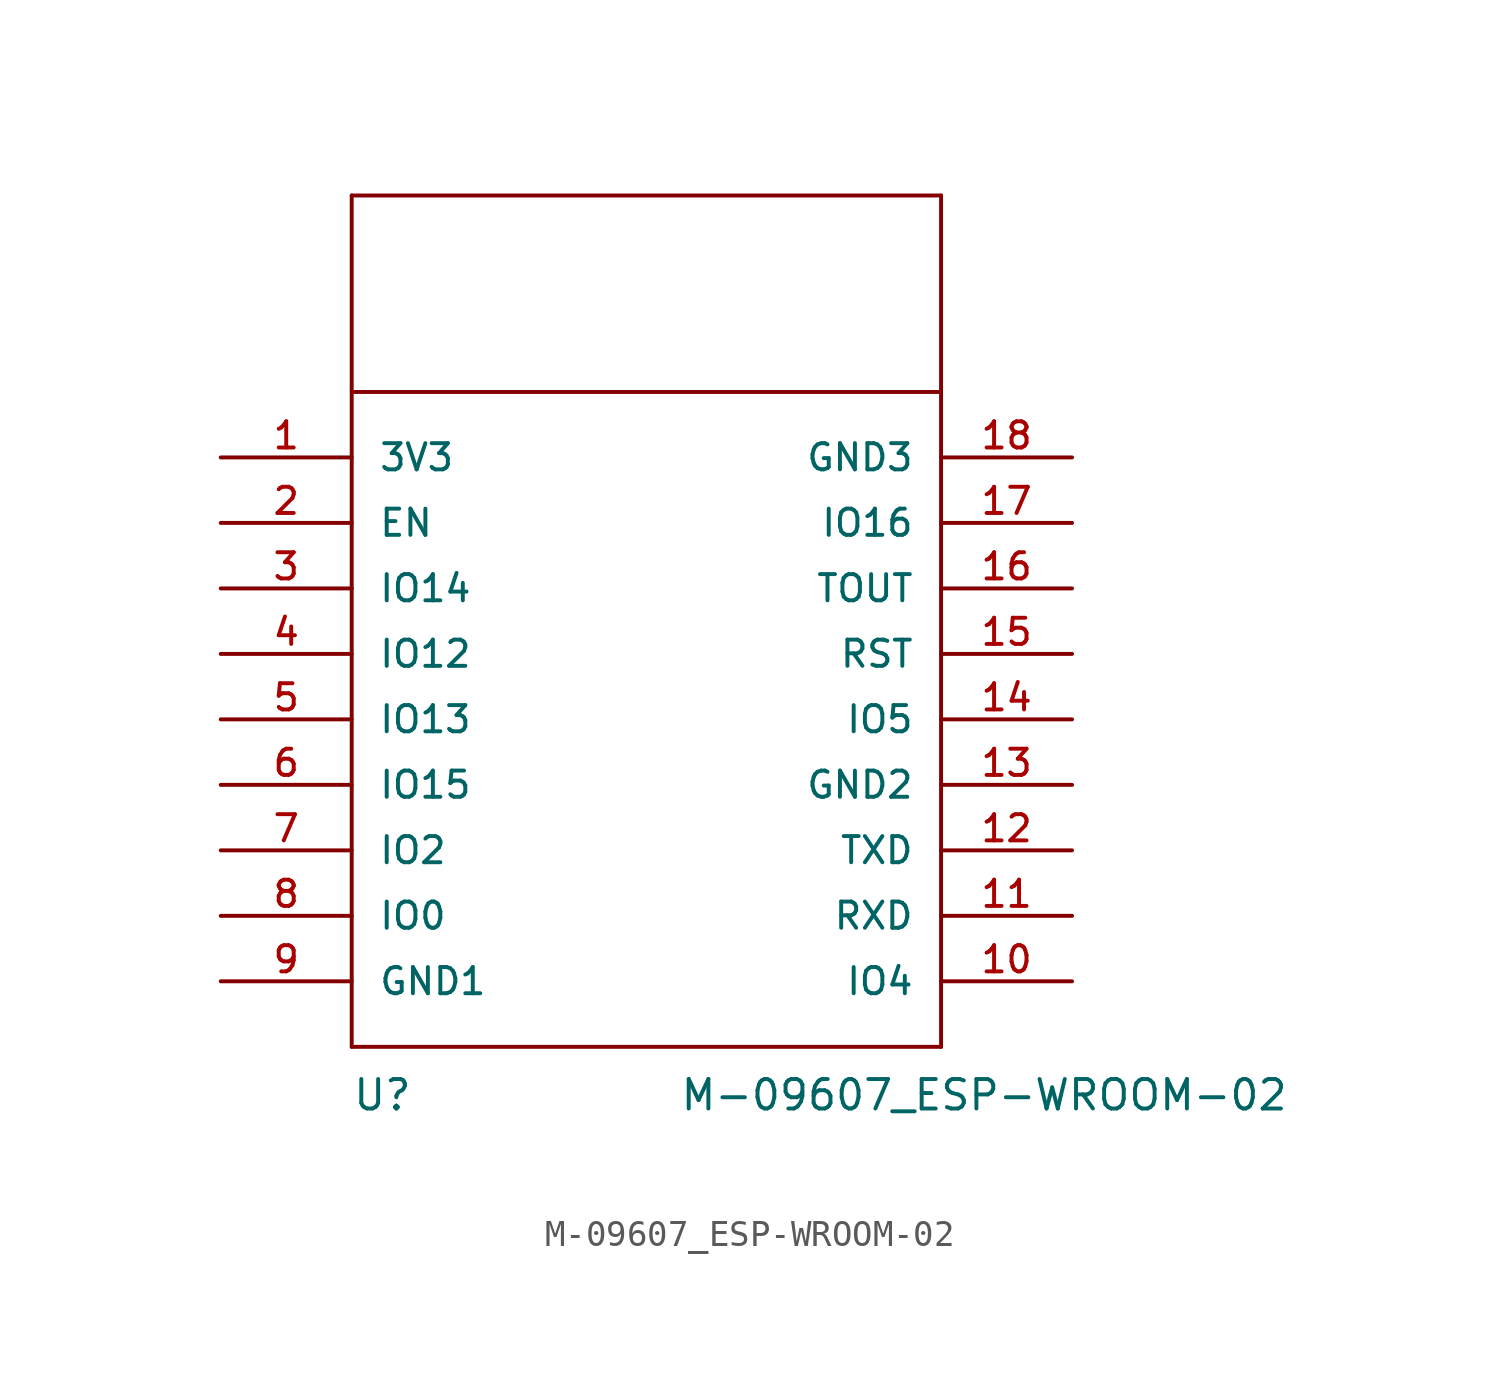
<source format=kicad_sym>
(kicad_symbol_lib
  (version 20211014)
  (generator kicad_symbol_editor)
  (symbol "M-09607_ESP-WROOM-02"
    (pin_names
      (offset 1.016))
    (property "Reference" "U"
      (at -12.7 -5.08 0)
      (effects (font (size 1.143 1.143)) (justify left bottom)))
    (property "Value" "M-09607_ESP-WROOM-02"
      (at 0 -5.08 0)
      (effects (font (size 1.143 1.143)) (justify left bottom)))
    (property "ki_locked" ""
      (at 0 0 0)
      (effects (font (size 1.27 1.27))))
    (symbol "M-09607_ESP-WROOM-02_1_0"
      (polyline (pts (xy -12.7 -2.54) (xy -12.7 30.48)) (stroke (width 0) (type default) (color 0 0 0 0)) (fill (type none)))
      (polyline (pts (xy -12.7 22.86) (xy 10.16 22.86)) (stroke (width 0) (type default) (color 0 0 0 0)) (fill (type none)))
      (polyline (pts (xy -12.7 30.48) (xy 10.16 30.48)) (stroke (width 0) (type default) (color 0 0 0 0)) (fill (type none)))
      (polyline (pts (xy 10.16 -2.54) (xy -12.7 -2.54)) (stroke (width 0) (type default) (color 0 0 0 0)) (fill (type none)))
      (polyline (pts (xy 10.16 22.86) (xy 10.16 -2.54)) (stroke (width 0) (type default) (color 0 0 0 0)) (fill (type none)))
      (polyline (pts (xy 10.16 30.48) (xy 10.16 22.86)) (stroke (width 0) (type default) (color 0 0 0 0)) (fill (type none))))
    (symbol "M-09607_ESP-WROOM-02_1_1"
      (pin bidirectional line (at -17.78 20.32 0) (length 5.08) (name "3V3" (effects (font (size 1.016 1.016)))) (number "1" (effects (font (size 1.016 1.016)))))
      (pin bidirectional line (at 15.24 0 180) (length 5.08) (name "IO4" (effects (font (size 1.016 1.016)))) (number "10" (effects (font (size 1.016 1.016)))))
      (pin bidirectional line (at 15.24 2.54 180) (length 5.08) (name "RXD" (effects (font (size 1.016 1.016)))) (number "11" (effects (font (size 1.016 1.016)))))
      (pin bidirectional line (at 15.24 5.08 180) (length 5.08) (name "TXD" (effects (font (size 1.016 1.016)))) (number "12" (effects (font (size 1.016 1.016)))))
      (pin bidirectional line (at 15.24 7.62 180) (length 5.08) (name "GND2" (effects (font (size 1.016 1.016)))) (number "13" (effects (font (size 1.016 1.016)))))
      (pin bidirectional line (at 15.24 10.16 180) (length 5.08) (name "IO5" (effects (font (size 1.016 1.016)))) (number "14" (effects (font (size 1.016 1.016)))))
      (pin bidirectional line (at 15.24 12.7 180) (length 5.08) (name "RST" (effects (font (size 1.016 1.016)))) (number "15" (effects (font (size 1.016 1.016)))))
      (pin bidirectional line (at 15.24 15.24 180) (length 5.08) (name "TOUT" (effects (font (size 1.016 1.016)))) (number "16" (effects (font (size 1.016 1.016)))))
      (pin bidirectional line (at 15.24 17.78 180) (length 5.08) (name "IO16" (effects (font (size 1.016 1.016)))) (number "17" (effects (font (size 1.016 1.016)))))
      (pin bidirectional line (at 15.24 20.32 180) (length 5.08) (name "GND3" (effects (font (size 1.016 1.016)))) (number "18" (effects (font (size 1.016 1.016)))))
      (pin bidirectional line (at -17.78 17.78 0) (length 5.08) (name "EN" (effects (font (size 1.016 1.016)))) (number "2" (effects (font (size 1.016 1.016)))))
      (pin bidirectional line (at -17.78 15.24 0) (length 5.08) (name "IO14" (effects (font (size 1.016 1.016)))) (number "3" (effects (font (size 1.016 1.016)))))
      (pin bidirectional line (at -17.78 12.7 0) (length 5.08) (name "IO12" (effects (font (size 1.016 1.016)))) (number "4" (effects (font (size 1.016 1.016)))))
      (pin bidirectional line (at -17.78 10.16 0) (length 5.08) (name "IO13" (effects (font (size 1.016 1.016)))) (number "5" (effects (font (size 1.016 1.016)))))
      (pin bidirectional line (at -17.78 7.62 0) (length 5.08) (name "IO15" (effects (font (size 1.016 1.016)))) (number "6" (effects (font (size 1.016 1.016)))))
      (pin bidirectional line (at -17.78 5.08 0) (length 5.08) (name "IO2" (effects (font (size 1.016 1.016)))) (number "7" (effects (font (size 1.016 1.016)))))
      (pin bidirectional line (at -17.78 2.54 0) (length 5.08) (name "IO0" (effects (font (size 1.016 1.016)))) (number "8" (effects (font (size 1.016 1.016)))))
      (pin bidirectional line (at -17.78 0 0) (length 5.08) (name "GND1" (effects (font (size 1.016 1.016)))) (number "9" (effects (font (size 1.016 1.016))))))))
</source>
